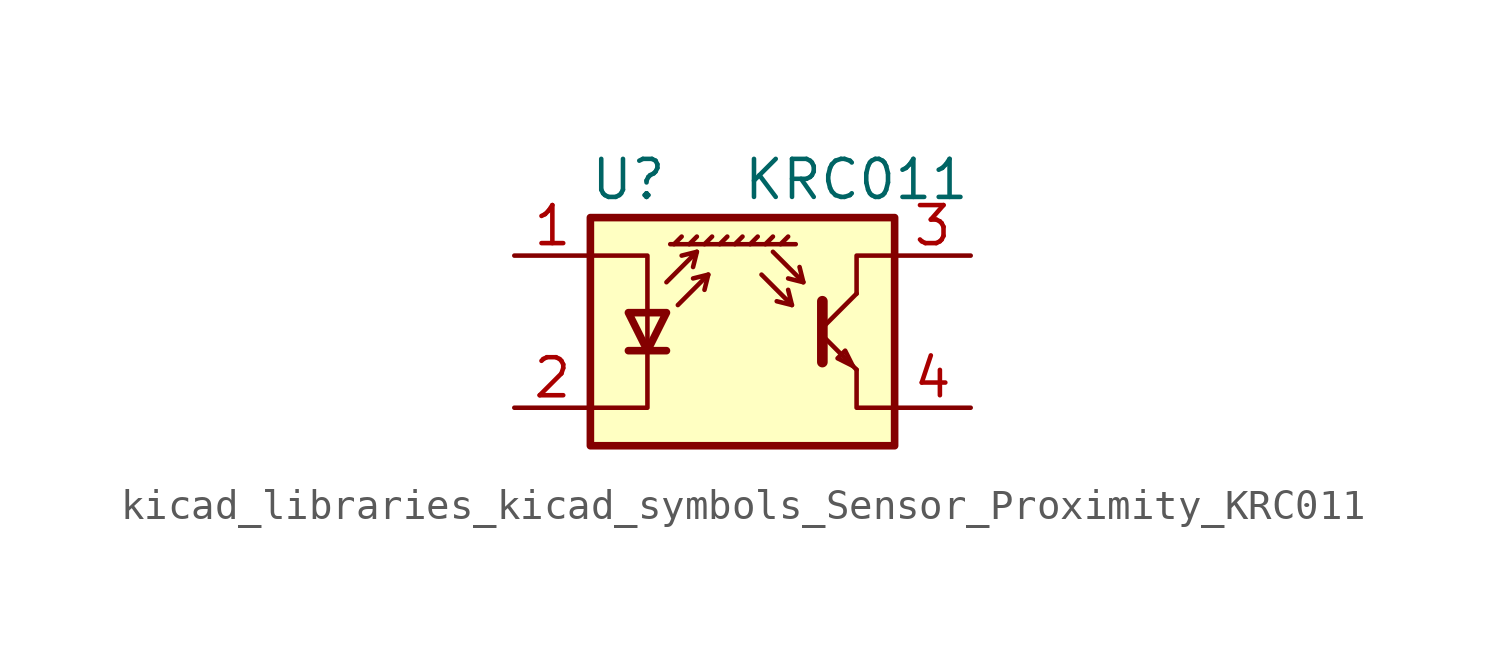
<source format=kicad_sym>
(kicad_symbol_lib
  (version 20220914)
  (generator kicad_symbol_editor)
  (symbol "kicad_libraries_kicad_symbols_Sensor_Proximity_KRC011"
    (pin_names
      (offset 1.016) hide)
    (property "Reference" "U"
      (at -3.81 5.08 0)
      (effects (font (size 1.27 1.27))))
    (property "Value" "KRC011"
      (at 7.62 5.08 0)
      (effects (font (size 1.27 1.27)) (justify right)))
    (symbol "kicad_libraries_kicad_symbols_Sensor_Proximity_KRC011_0_1"
      (polyline (pts (xy -3.81 -0.635) (xy -2.54 -0.635)) (stroke (width 0.254) (type default)) (fill (type none)))
      (polyline (pts (xy -2.286 2.921) (xy -2.032 3.175)) (stroke (width 0) (type default)) (fill (type none)))
      (polyline (pts (xy -1.778 2.921) (xy -1.524 3.175)) (stroke (width 0) (type default)) (fill (type none)))
      (polyline (pts (xy -1.524 2.667) (xy -1.651 2.159)) (stroke (width 0) (type default)) (fill (type none)))
      (polyline (pts (xy -1.27 2.921) (xy -1.016 3.175)) (stroke (width 0) (type default)) (fill (type none)))
      (polyline (pts (xy -1.143 1.905) (xy -1.27 1.397)) (stroke (width 0) (type default)) (fill (type none)))
      (polyline (pts (xy -0.762 2.921) (xy -0.508 3.175)) (stroke (width 0) (type default)) (fill (type none)))
      (polyline (pts (xy -0.254 2.921) (xy 0 3.175)) (stroke (width 0) (type default)) (fill (type none)))
      (polyline (pts (xy 0.254 2.921) (xy 0.508 3.175)) (stroke (width 0) (type default)) (fill (type none)))
      (polyline (pts (xy 0.762 2.921) (xy 1.016 3.175)) (stroke (width 0) (type default)) (fill (type none)))
      (polyline (pts (xy 1.27 2.921) (xy 1.524 3.175)) (stroke (width 0) (type default)) (fill (type none)))
      (polyline (pts (xy 1.651 0.889) (xy 1.143 1.016)) (stroke (width 0) (type default)) (fill (type none)))
      (polyline (pts (xy 1.778 2.921) (xy -2.413 2.921)) (stroke (width 0) (type default)) (fill (type none)))
      (polyline (pts (xy 2.032 1.651) (xy 1.524 1.778)) (stroke (width 0) (type default)) (fill (type none)))
      (polyline (pts (xy 2.667 -0.127) (xy 3.81 -1.27)) (stroke (width 0) (type default)) (fill (type none)))
      (polyline (pts (xy 2.667 0.127) (xy 3.81 1.27)) (stroke (width 0) (type default)) (fill (type none)))
      (polyline (pts (xy -2.54 1.651) (xy -1.524 2.667) (xy -2.032 2.54)) (stroke (width 0) (type default)) (fill (type none)))
      (polyline (pts (xy -2.159 0.889) (xy -1.143 1.905) (xy -1.651 1.778)) (stroke (width 0) (type default)) (fill (type none)))
      (polyline (pts (xy 0.635 1.905) (xy 1.651 0.889) (xy 1.524 1.397)) (stroke (width 0) (type default)) (fill (type none)))
      (polyline (pts (xy 1.016 2.667) (xy 2.032 1.651) (xy 1.905 2.159)) (stroke (width 0) (type default)) (fill (type none)))
      (polyline (pts (xy 2.667 1.016) (xy 2.667 -1.016) (xy 2.667 -1.016)) (stroke (width 0.356) (type default)) (fill (type none)))
      (polyline (pts (xy 3.81 -1.27) (xy 3.81 -2.54) (xy 5.08 -2.54)) (stroke (width 0) (type default)) (fill (type none)))
      (polyline (pts (xy 3.81 1.27) (xy 3.81 2.54) (xy 5.08 2.54)) (stroke (width 0) (type default)) (fill (type none)))
      (polyline (pts (xy -5.08 -2.54) (xy -3.175 -2.54) (xy -3.175 2.54) (xy -5.08 2.54)) (stroke (width 0) (type default)) (fill (type none)))
      (polyline (pts (xy -3.175 -0.635) (xy -3.81 0.635) (xy -2.54 0.635) (xy -3.175 -0.635)) (stroke (width 0.254) (type default)) (fill (type none)))
      (polyline (pts (xy 3.683 -1.143) (xy 3.429 -0.635) (xy 3.175 -0.889) (xy 3.683 -1.143)) (stroke (width 0) (type default)) (fill (type none)))
      (polyline (pts (xy -5.08 -3.81) (xy 5.08 -3.81) (xy 5.08 3.81) (xy -5.08 3.81) (xy -5.08 -3.81)) (stroke (width 0.254) (type default)) (fill (type background))))
    (symbol "kicad_libraries_kicad_symbols_Sensor_Proximity_KRC011_1_1"
      (pin passive line (at -7.62 2.54 0) (length 2.54) (name "A" (effects (font (size 1.27 1.27)))) (number "1" (effects (font (size 1.27 1.27)))))
      (pin passive line (at -7.62 -2.54 0) (length 2.54) (name "K" (effects (font (size 1.27 1.27)))) (number "2" (effects (font (size 1.27 1.27)))))
      (pin open_collector line (at 7.62 2.54 180) (length 2.54) (name "C" (effects (font (size 1.27 1.27)))) (number "3" (effects (font (size 1.27 1.27)))))
      (pin open_emitter line (at 7.62 -2.54 180) (length 2.54) (name "E" (effects (font (size 1.27 1.27)))) (number "4" (effects (font (size 1.27 1.27))))))))
</source>
